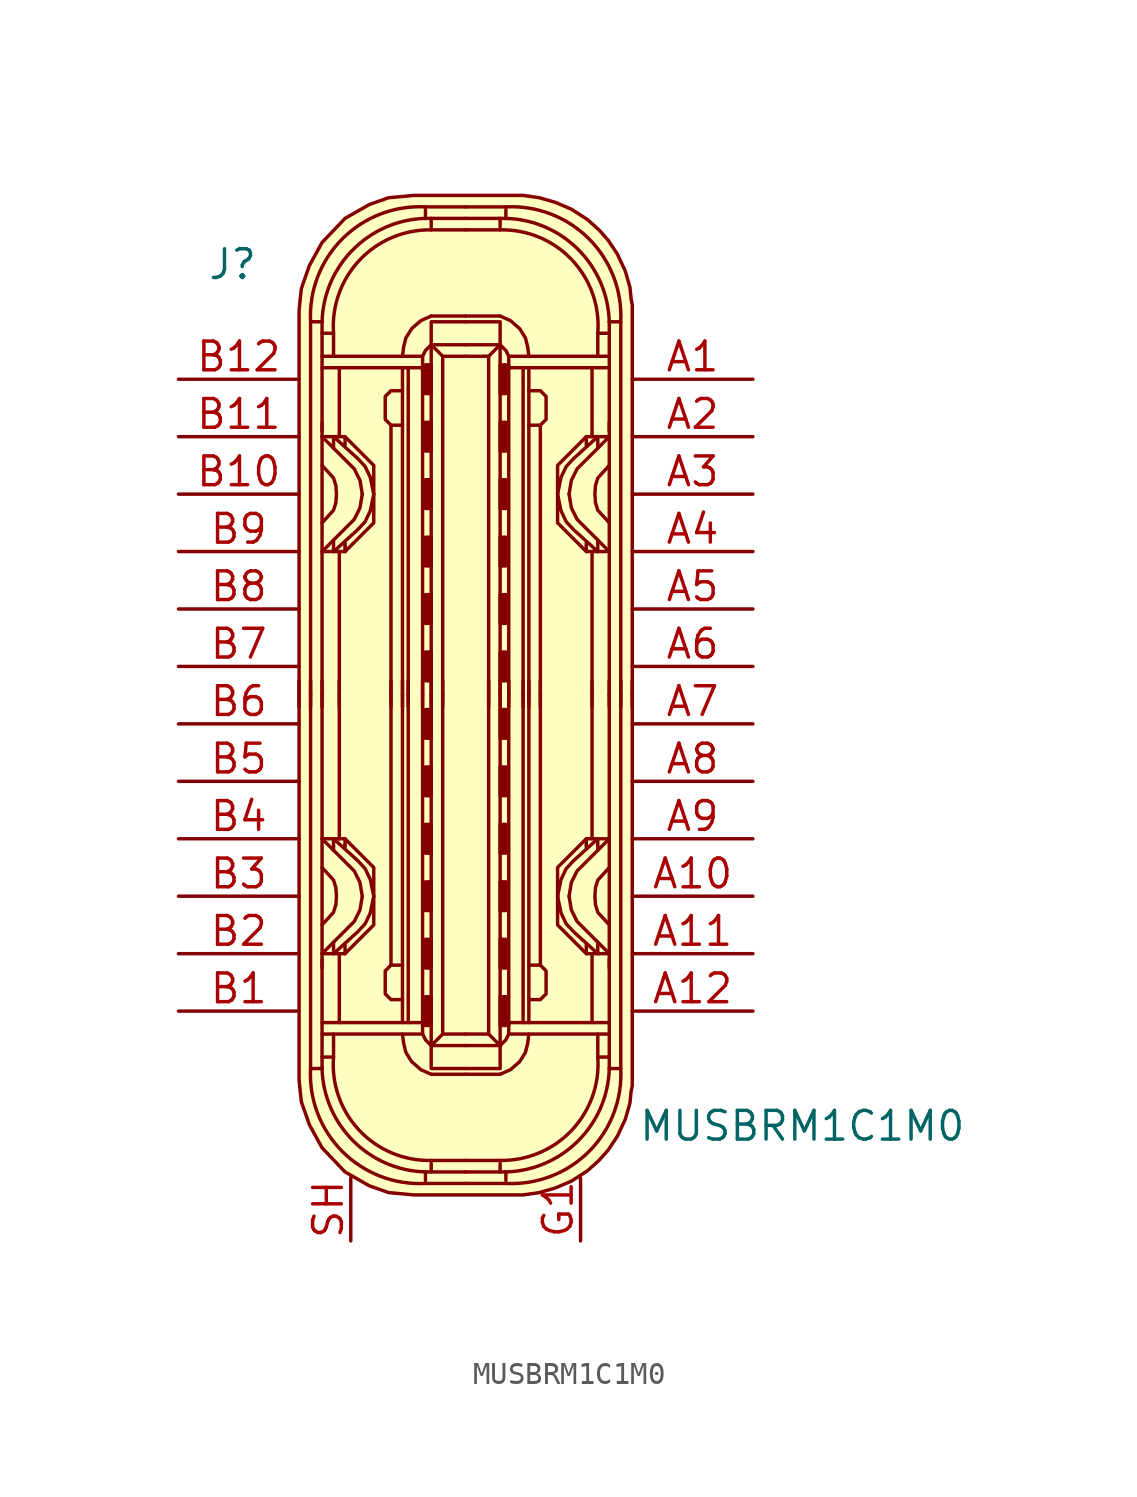
<source format=kicad_sym>
(kicad_symbol_lib
  (version 20211014)
  (generator kicad_symbol_editor)
  (symbol "MUSBRM1C1M0"
    (pin_names
      (offset 1.016))
    (property "Reference" "J"
      (at -11.43 19.05 0)
      (effects (font (size 1.27 1.27)) (justify left)))
    (property "Value" "MUSBRM1C1M0"
      (at 7.62 -19.05 0)
      (effects (font (size 1.27 1.27)) (justify left)))
    (symbol "MUSBRM1C1M0_1_1"
      (arc (start -6.858 -16.51) (mid -5.4492 -20.1812) (end -1.778 -21.59) (stroke (width 0) (type default) (color 0 0 0 0)) (fill (type none)))
      (arc (start -6.35 -16.51) (mid -4.9749 -19.7069) (end -1.778 -21.082) (stroke (width 0) (type default) (color 0 0 0 0)) (fill (type none)))
      (arc (start -5.842 -16.002) (mid -4.6972 -19.2495) (end -1.524 -20.574) (stroke (width 0) (type default) (color 0 0 0 0)) (fill (type none)))
      (rectangle (start -1.778 -14.605) (end -1.524 -13.335) (stroke (width 0) (type default) (color 0 0 0 0)) (fill (type outline)))
      (rectangle (start -1.778 -12.065) (end -1.524 -10.795) (stroke (width 0) (type default) (color 0 0 0 0)) (fill (type outline)))
      (rectangle (start -1.778 -9.525) (end -1.524 -8.255) (stroke (width 0) (type default) (color 0 0 0 0)) (fill (type outline)))
      (rectangle (start -1.778 -6.985) (end -1.524 -5.715) (stroke (width 0) (type default) (color 0 0 0 0)) (fill (type outline)))
      (rectangle (start -1.778 -4.445) (end -1.524 -3.175) (stroke (width 0) (type default) (color 0 0 0 0)) (fill (type outline)))
      (rectangle (start -1.778 -1.905) (end -1.524 -0.635) (stroke (width 0) (type default) (color 0 0 0 0)) (fill (type outline)))
      (rectangle (start -1.778 1.905) (end -1.524 0.635) (stroke (width 0) (type default) (color 0 0 0 0)) (fill (type outline)))
      (rectangle (start -1.778 4.445) (end -1.524 3.175) (stroke (width 0) (type default) (color 0 0 0 0)) (fill (type outline)))
      (rectangle (start -1.778 6.985) (end -1.524 5.715) (stroke (width 0) (type default) (color 0 0 0 0)) (fill (type outline)))
      (rectangle (start -1.778 9.525) (end -1.524 8.255) (stroke (width 0) (type default) (color 0 0 0 0)) (fill (type outline)))
      (rectangle (start -1.778 12.065) (end -1.524 10.795) (stroke (width 0) (type default) (color 0 0 0 0)) (fill (type outline)))
      (rectangle (start -1.778 14.605) (end -1.524 13.335) (stroke (width 0) (type default) (color 0 0 0 0)) (fill (type outline)))
      (arc (start -1.778 21.082) (mid -4.9749 19.7069) (end -6.35 16.51) (stroke (width 0) (type default) (color 0 0 0 0)) (fill (type none)))
      (arc (start -1.778 21.59) (mid -5.4492 20.1812) (end -6.858 16.51) (stroke (width 0) (type default) (color 0 0 0 0)) (fill (type none)))
      (arc (start -1.524 20.574) (mid -4.6883 19.2412) (end -5.842 16.002) (stroke (width 0) (type default) (color 0 0 0 0)) (fill (type none)))
      (polyline (pts (xy -7.366 -0.508) (xy -7.366 0.635)) (stroke (width 0) (type default) (color 0 0 0 0)) (fill (type none)))
      (polyline (pts (xy -6.858 -0.508) (xy -6.858 0.635)) (stroke (width 0) (type default) (color 0 0 0 0)) (fill (type none)))
      (polyline (pts (xy -6.35 -14.986) (xy -1.905 -14.986)) (stroke (width 0) (type default) (color 0 0 0 0)) (fill (type none)))
      (polyline (pts (xy -6.35 -12.065) (xy -6.35 0)) (stroke (width 0) (type default) (color 0 0 0 0)) (fill (type none)))
      (polyline (pts (xy -6.35 -0.508) (xy -6.35 0.635)) (stroke (width 0) (type default) (color 0 0 0 0)) (fill (type none)))
      (polyline (pts (xy -6.35 12.065) (xy -6.35 0)) (stroke (width 0) (type default) (color 0 0 0 0)) (fill (type none)))
      (polyline (pts (xy -6.35 14.986) (xy -1.905 14.986)) (stroke (width 0) (type default) (color 0 0 0 0)) (fill (type none)))
      (polyline (pts (xy -5.842 -11.43) (xy -5.842 -10.922)) (stroke (width 0) (type default) (color 0 0 0 0)) (fill (type none)))
      (polyline (pts (xy -5.842 -6.35) (xy -5.842 -6.858)) (stroke (width 0) (type default) (color 0 0 0 0)) (fill (type none)))
      (polyline (pts (xy -5.842 6.35) (xy -5.842 6.858)) (stroke (width 0) (type default) (color 0 0 0 0)) (fill (type none)))
      (polyline (pts (xy -5.842 11.43) (xy -5.842 10.922)) (stroke (width 0) (type default) (color 0 0 0 0)) (fill (type none)))
      (polyline (pts (xy -5.588 -14.478) (xy -5.588 -11.43)) (stroke (width 0) (type default) (color 0 0 0 0)) (fill (type none)))
      (polyline (pts (xy -5.588 -6.35) (xy -5.588 0)) (stroke (width 0) (type default) (color 0 0 0 0)) (fill (type none)))
      (polyline (pts (xy -5.588 -0.508) (xy -5.588 0.635)) (stroke (width 0) (type default) (color 0 0 0 0)) (fill (type none)))
      (polyline (pts (xy -5.588 6.35) (xy -5.588 0)) (stroke (width 0) (type default) (color 0 0 0 0)) (fill (type none)))
      (polyline (pts (xy -5.588 14.478) (xy -5.588 11.43)) (stroke (width 0) (type default) (color 0 0 0 0)) (fill (type none)))
      (polyline (pts (xy -5.334 -11.43) (xy -5.334 -11.049)) (stroke (width 0) (type default) (color 0 0 0 0)) (fill (type none)))
      (polyline (pts (xy -5.334 -6.604) (xy -5.334 -6.731)) (stroke (width 0) (type default) (color 0 0 0 0)) (fill (type none)))
      (polyline (pts (xy -5.334 -6.35) (xy -5.334 -6.604)) (stroke (width 0) (type default) (color 0 0 0 0)) (fill (type none)))
      (polyline (pts (xy -5.334 6.35) (xy -5.334 6.604)) (stroke (width 0) (type default) (color 0 0 0 0)) (fill (type none)))
      (polyline (pts (xy -5.334 6.604) (xy -5.334 6.731)) (stroke (width 0) (type default) (color 0 0 0 0)) (fill (type none)))
      (polyline (pts (xy -5.334 11.43) (xy -5.334 11.049)) (stroke (width 0) (type default) (color 0 0 0 0)) (fill (type none)))
      (polyline (pts (xy -3.302 -0.508) (xy -3.302 0.635)) (stroke (width 0) (type default) (color 0 0 0 0)) (fill (type none)))
      (polyline (pts (xy -3.302 0) (xy -3.302 -11.938)) (stroke (width 0) (type default) (color 0 0 0 0)) (fill (type none)))
      (polyline (pts (xy -3.302 0) (xy -3.302 11.938)) (stroke (width 0) (type default) (color 0 0 0 0)) (fill (type none)))
      (polyline (pts (xy -2.794 -0.508) (xy -2.794 0.635)) (stroke (width 0) (type default) (color 0 0 0 0)) (fill (type none)))
      (polyline (pts (xy -2.794 0) (xy -2.794 -14.478)) (stroke (width 0) (type default) (color 0 0 0 0)) (fill (type none)))
      (polyline (pts (xy -2.794 0) (xy -2.794 14.478)) (stroke (width 0) (type default) (color 0 0 0 0)) (fill (type none)))
      (polyline (pts (xy -2.54 -14.478) (xy -2.54 0)) (stroke (width 0) (type default) (color 0 0 0 0)) (fill (type none)))
      (polyline (pts (xy -2.54 -0.508) (xy -2.54 0.635)) (stroke (width 0) (type default) (color 0 0 0 0)) (fill (type none)))
      (polyline (pts (xy -2.54 14.478) (xy -2.54 0)) (stroke (width 0) (type default) (color 0 0 0 0)) (fill (type none)))
      (polyline (pts (xy -1.905 -14.478) (xy -6.35 -14.478)) (stroke (width 0) (type default) (color 0 0 0 0)) (fill (type none)))
      (polyline (pts (xy -1.905 -0.508) (xy -1.905 0.635)) (stroke (width 0) (type default) (color 0 0 0 0)) (fill (type none)))
      (polyline (pts (xy -1.905 0) (xy -1.905 -14.605)) (stroke (width 0) (type default) (color 0 0 0 0)) (fill (type none)))
      (polyline (pts (xy -1.905 0) (xy -1.905 14.605)) (stroke (width 0) (type default) (color 0 0 0 0)) (fill (type none)))
      (polyline (pts (xy -1.905 14.478) (xy -6.35 14.478)) (stroke (width 0) (type default) (color 0 0 0 0)) (fill (type none)))
      (polyline (pts (xy -1.778 -21.59) (xy 0 -21.59)) (stroke (width 0) (type default) (color 0 0 0 0)) (fill (type background)))
      (polyline (pts (xy -1.778 -21.082) (xy -1.778 -21.463)) (stroke (width 0) (type default) (color 0 0 0 0)) (fill (type none)))
      (polyline (pts (xy -1.778 -21.082) (xy 0 -21.082)) (stroke (width 0) (type default) (color 0 0 0 0)) (fill (type none)))
      (polyline (pts (xy -1.778 21.082) (xy -1.778 21.463)) (stroke (width 0) (type default) (color 0 0 0 0)) (fill (type none)))
      (polyline (pts (xy -1.778 21.082) (xy 0 21.082)) (stroke (width 0) (type default) (color 0 0 0 0)) (fill (type none)))
      (polyline (pts (xy -1.778 21.59) (xy 0 21.59)) (stroke (width 0) (type default) (color 0 0 0 0)) (fill (type background)))
      (polyline (pts (xy -1.524 -20.701) (xy -1.524 -21.082)) (stroke (width 0) (type default) (color 0 0 0 0)) (fill (type none)))
      (polyline (pts (xy -1.524 -20.574) (xy 0 -20.574)) (stroke (width 0) (type default) (color 0 0 0 0)) (fill (type none)))
      (polyline (pts (xy -1.524 -0.508) (xy -1.524 0.635)) (stroke (width 0) (type default) (color 0 0 0 0)) (fill (type none)))
      (polyline (pts (xy -1.524 20.574) (xy 0 20.574)) (stroke (width 0) (type default) (color 0 0 0 0)) (fill (type none)))
      (polyline (pts (xy -1.524 20.701) (xy -1.524 21.082)) (stroke (width 0) (type default) (color 0 0 0 0)) (fill (type none)))
      (polyline (pts (xy -1.016 -14.986) (xy -1.524 -15.494)) (stroke (width 0) (type default) (color 0 0 0 0)) (fill (type none)))
      (polyline (pts (xy -1.016 -0.508) (xy -1.016 0.635)) (stroke (width 0) (type default) (color 0 0 0 0)) (fill (type none)))
      (polyline (pts (xy -1.016 14.986) (xy -1.524 15.494)) (stroke (width 0) (type default) (color 0 0 0 0)) (fill (type none)))
      (polyline (pts (xy 0 -16.764) (xy -1.524 -16.764)) (stroke (width 0) (type default) (color 0 0 0 0)) (fill (type none)))
      (polyline (pts (xy 0 -16.764) (xy 1.524 -16.764)) (stroke (width 0) (type default) (color 0 0 0 0)) (fill (type none)))
      (polyline (pts (xy 0 16.764) (xy -1.524 16.764)) (stroke (width 0) (type default) (color 0 0 0 0)) (fill (type none)))
      (polyline (pts (xy 0 16.764) (xy 1.524 16.764)) (stroke (width 0) (type default) (color 0 0 0 0)) (fill (type none)))
      (polyline (pts (xy 1.016 -14.986) (xy 1.524 -15.494)) (stroke (width 0) (type default) (color 0 0 0 0)) (fill (type none)))
      (polyline (pts (xy 1.016 -0.508) (xy 1.016 0.635)) (stroke (width 0) (type default) (color 0 0 0 0)) (fill (type none)))
      (polyline (pts (xy 1.016 14.986) (xy 1.524 15.494)) (stroke (width 0) (type default) (color 0 0 0 0)) (fill (type none)))
      (polyline (pts (xy 1.524 -20.701) (xy 1.524 -21.082)) (stroke (width 0) (type default) (color 0 0 0 0)) (fill (type none)))
      (polyline (pts (xy 1.524 -20.574) (xy 0 -20.574)) (stroke (width 0) (type default) (color 0 0 0 0)) (fill (type none)))
      (polyline (pts (xy 1.524 -0.508) (xy 1.524 0.635)) (stroke (width 0) (type default) (color 0 0 0 0)) (fill (type none)))
      (polyline (pts (xy 1.524 20.574) (xy 0 20.574)) (stroke (width 0) (type default) (color 0 0 0 0)) (fill (type none)))
      (polyline (pts (xy 1.524 20.701) (xy 1.524 21.082)) (stroke (width 0) (type default) (color 0 0 0 0)) (fill (type none)))
      (polyline (pts (xy 1.778 -21.59) (xy 0 -21.59)) (stroke (width 0) (type default) (color 0 0 0 0)) (fill (type background)))
      (polyline (pts (xy 1.778 -21.082) (xy 0 -21.082)) (stroke (width 0) (type default) (color 0 0 0 0)) (fill (type none)))
      (polyline (pts (xy 1.778 -21.082) (xy 1.778 -21.463)) (stroke (width 0) (type default) (color 0 0 0 0)) (fill (type none)))
      (polyline (pts (xy 1.778 21.082) (xy 0 21.082)) (stroke (width 0) (type default) (color 0 0 0 0)) (fill (type none)))
      (polyline (pts (xy 1.778 21.082) (xy 1.778 21.463)) (stroke (width 0) (type default) (color 0 0 0 0)) (fill (type none)))
      (polyline (pts (xy 1.778 21.59) (xy 0 21.59)) (stroke (width 0) (type default) (color 0 0 0 0)) (fill (type background)))
      (polyline (pts (xy 1.905 -14.478) (xy 6.35 -14.478)) (stroke (width 0) (type default) (color 0 0 0 0)) (fill (type none)))
      (polyline (pts (xy 1.905 -0.508) (xy 1.905 0.635)) (stroke (width 0) (type default) (color 0 0 0 0)) (fill (type none)))
      (polyline (pts (xy 1.905 0) (xy 1.905 -14.605)) (stroke (width 0) (type default) (color 0 0 0 0)) (fill (type none)))
      (polyline (pts (xy 1.905 0) (xy 1.905 14.605)) (stroke (width 0) (type default) (color 0 0 0 0)) (fill (type none)))
      (polyline (pts (xy 1.905 14.478) (xy 6.35 14.478)) (stroke (width 0) (type default) (color 0 0 0 0)) (fill (type none)))
      (polyline (pts (xy 2.54 -14.478) (xy 2.54 0)) (stroke (width 0) (type default) (color 0 0 0 0)) (fill (type none)))
      (polyline (pts (xy 2.54 -0.508) (xy 2.54 0.635)) (stroke (width 0) (type default) (color 0 0 0 0)) (fill (type none)))
      (polyline (pts (xy 2.54 14.478) (xy 2.54 0)) (stroke (width 0) (type default) (color 0 0 0 0)) (fill (type none)))
      (polyline (pts (xy 2.794 -0.508) (xy 2.794 0.635)) (stroke (width 0) (type default) (color 0 0 0 0)) (fill (type none)))
      (polyline (pts (xy 2.794 0) (xy 2.794 -14.478)) (stroke (width 0) (type default) (color 0 0 0 0)) (fill (type none)))
      (polyline (pts (xy 2.794 0) (xy 2.794 14.478)) (stroke (width 0) (type default) (color 0 0 0 0)) (fill (type none)))
      (polyline (pts (xy 3.302 -0.508) (xy 3.302 0.635)) (stroke (width 0) (type default) (color 0 0 0 0)) (fill (type none)))
      (polyline (pts (xy 3.302 0) (xy 3.302 -11.938)) (stroke (width 0) (type default) (color 0 0 0 0)) (fill (type none)))
      (polyline (pts (xy 3.302 0) (xy 3.302 11.938)) (stroke (width 0) (type default) (color 0 0 0 0)) (fill (type none)))
      (polyline (pts (xy 5.334 -11.43) (xy 5.334 -11.049)) (stroke (width 0) (type default) (color 0 0 0 0)) (fill (type none)))
      (polyline (pts (xy 5.334 -6.604) (xy 5.334 -6.731)) (stroke (width 0) (type default) (color 0 0 0 0)) (fill (type none)))
      (polyline (pts (xy 5.334 -6.35) (xy 5.334 -6.604)) (stroke (width 0) (type default) (color 0 0 0 0)) (fill (type none)))
      (polyline (pts (xy 5.334 6.35) (xy 5.334 6.604)) (stroke (width 0) (type default) (color 0 0 0 0)) (fill (type none)))
      (polyline (pts (xy 5.334 6.604) (xy 5.334 6.731)) (stroke (width 0) (type default) (color 0 0 0 0)) (fill (type none)))
      (polyline (pts (xy 5.334 11.43) (xy 5.334 11.049)) (stroke (width 0) (type default) (color 0 0 0 0)) (fill (type none)))
      (polyline (pts (xy 5.588 -14.478) (xy 5.588 -11.43)) (stroke (width 0) (type default) (color 0 0 0 0)) (fill (type none)))
      (polyline (pts (xy 5.588 -6.35) (xy 5.588 0)) (stroke (width 0) (type default) (color 0 0 0 0)) (fill (type none)))
      (polyline (pts (xy 5.588 -0.508) (xy 5.588 0.635)) (stroke (width 0) (type default) (color 0 0 0 0)) (fill (type none)))
      (polyline (pts (xy 5.588 6.35) (xy 5.588 0)) (stroke (width 0) (type default) (color 0 0 0 0)) (fill (type none)))
      (polyline (pts (xy 5.588 14.478) (xy 5.588 11.43)) (stroke (width 0) (type default) (color 0 0 0 0)) (fill (type none)))
      (polyline (pts (xy 5.842 -11.43) (xy 5.842 -10.922)) (stroke (width 0) (type default) (color 0 0 0 0)) (fill (type none)))
      (polyline (pts (xy 5.842 -6.35) (xy 5.842 -6.858)) (stroke (width 0) (type default) (color 0 0 0 0)) (fill (type none)))
      (polyline (pts (xy 5.842 6.35) (xy 5.842 6.858)) (stroke (width 0) (type default) (color 0 0 0 0)) (fill (type none)))
      (polyline (pts (xy 5.842 11.43) (xy 5.842 10.922)) (stroke (width 0) (type default) (color 0 0 0 0)) (fill (type none)))
      (polyline (pts (xy 6.35 -14.986) (xy 1.905 -14.986)) (stroke (width 0) (type default) (color 0 0 0 0)) (fill (type none)))
      (polyline (pts (xy 6.35 -12.065) (xy 6.35 0)) (stroke (width 0) (type default) (color 0 0 0 0)) (fill (type none)))
      (polyline (pts (xy 6.35 -0.508) (xy 6.35 0.635)) (stroke (width 0) (type default) (color 0 0 0 0)) (fill (type none)))
      (polyline (pts (xy 6.35 12.065) (xy 6.35 0)) (stroke (width 0) (type default) (color 0 0 0 0)) (fill (type none)))
      (polyline (pts (xy 6.35 14.986) (xy 1.905 14.986)) (stroke (width 0) (type default) (color 0 0 0 0)) (fill (type none)))
      (polyline (pts (xy 6.858 -0.508) (xy 6.858 0.635)) (stroke (width 0) (type default) (color 0 0 0 0)) (fill (type none)))
      (polyline (pts (xy 7.366 -0.508) (xy 7.366 0.635)) (stroke (width 0) (type default) (color 0 0 0 0)) (fill (type none)))
      (polyline (pts (xy -6.35 -16.51) (xy -6.858 -16.51) (xy -6.858 0)) (stroke (width 0) (type default) (color 0 0 0 0)) (fill (type none)))
      (polyline (pts (xy -6.35 -11.684) (xy -6.35 -15.875) (xy -6.35 -16.51)) (stroke (width 0) (type default) (color 0 0 0 0)) (fill (type none)))
      (polyline (pts (xy -6.35 11.684) (xy -6.35 15.875) (xy -6.35 16.51)) (stroke (width 0) (type default) (color 0 0 0 0)) (fill (type none)))
      (polyline (pts (xy -6.35 16.51) (xy -6.858 16.51) (xy -6.858 0)) (stroke (width 0) (type default) (color 0 0 0 0)) (fill (type none)))
      (polyline (pts (xy -5.842 -14.986) (xy -5.842 -16.002) (xy -6.35 -16.002)) (stroke (width 0) (type default) (color 0 0 0 0)) (fill (type none)))
      (polyline (pts (xy -5.842 14.986) (xy -5.842 16.002) (xy -6.35 16.002)) (stroke (width 0) (type default) (color 0 0 0 0)) (fill (type none)))
      (polyline (pts (xy -1.524 0) (xy -1.524 -15.494) (xy 0 -15.494)) (stroke (width 0) (type default) (color 0 0 0 0)) (fill (type none)))
      (polyline (pts (xy -1.524 0) (xy -1.524 15.494) (xy 0 15.494)) (stroke (width 0) (type default) (color 0 0 0 0)) (fill (type none)))
      (polyline (pts (xy -1.016 0) (xy -1.016 -14.986) (xy 0 -14.986)) (stroke (width 0) (type default) (color 0 0 0 0)) (fill (type none)))
      (polyline (pts (xy -1.016 0) (xy -1.016 14.986) (xy 0 14.986)) (stroke (width 0) (type default) (color 0 0 0 0)) (fill (type none)))
      (polyline (pts (xy 1.016 0) (xy 1.016 -14.986) (xy 0 -14.986)) (stroke (width 0) (type default) (color 0 0 0 0)) (fill (type none)))
      (polyline (pts (xy 1.016 0) (xy 1.016 14.986) (xy 0 14.986)) (stroke (width 0) (type default) (color 0 0 0 0)) (fill (type none)))
      (polyline (pts (xy 1.524 0) (xy 1.524 -15.494) (xy 0 -15.494)) (stroke (width 0) (type default) (color 0 0 0 0)) (fill (type none)))
      (polyline (pts (xy 1.524 0) (xy 1.524 15.494) (xy 0 15.494)) (stroke (width 0) (type default) (color 0 0 0 0)) (fill (type none)))
      (polyline (pts (xy 5.842 -14.986) (xy 5.842 -16.002) (xy 6.35 -16.002)) (stroke (width 0) (type default) (color 0 0 0 0)) (fill (type none)))
      (polyline (pts (xy 5.842 14.986) (xy 5.842 16.002) (xy 6.35 16.002)) (stroke (width 0) (type default) (color 0 0 0 0)) (fill (type none)))
      (polyline (pts (xy 6.35 -16.51) (xy 6.858 -16.51) (xy 6.858 0)) (stroke (width 0) (type default) (color 0 0 0 0)) (fill (type none)))
      (polyline (pts (xy 6.35 -11.684) (xy 6.35 -15.875) (xy 6.35 -16.51)) (stroke (width 0) (type default) (color 0 0 0 0)) (fill (type none)))
      (polyline (pts (xy 6.35 11.684) (xy 6.35 15.875) (xy 6.35 16.51)) (stroke (width 0) (type default) (color 0 0 0 0)) (fill (type none)))
      (polyline (pts (xy 6.35 16.51) (xy 6.858 16.51) (xy 6.858 0)) (stroke (width 0) (type default) (color 0 0 0 0)) (fill (type none)))
      (polyline (pts (xy -6.35 -11.43) (xy -4.928 -10.008) (xy -4.674 -9.5) (xy -4.572 -8.89)) (stroke (width 0) (type default) (color 0 0 0 0)) (fill (type none)))
      (polyline (pts (xy -6.35 -10.16) (xy -5.842 -9.601) (xy -5.74 -9.271) (xy -5.715 -8.915)) (stroke (width 0) (type default) (color 0 0 0 0)) (fill (type none)))
      (polyline (pts (xy -6.35 -7.62) (xy -5.842 -8.179) (xy -5.74 -8.509) (xy -5.715 -8.865)) (stroke (width 0) (type default) (color 0 0 0 0)) (fill (type none)))
      (polyline (pts (xy -6.35 -6.35) (xy -4.928 -7.772) (xy -4.674 -8.28) (xy -4.572 -8.89)) (stroke (width 0) (type default) (color 0 0 0 0)) (fill (type none)))
      (polyline (pts (xy -6.35 6.35) (xy -4.928 7.772) (xy -4.674 8.28) (xy -4.572 8.89)) (stroke (width 0) (type default) (color 0 0 0 0)) (fill (type none)))
      (polyline (pts (xy -6.35 7.62) (xy -5.842 8.179) (xy -5.74 8.509) (xy -5.715 8.865)) (stroke (width 0) (type default) (color 0 0 0 0)) (fill (type none)))
      (polyline (pts (xy -6.35 10.16) (xy -5.842 9.601) (xy -5.74 9.271) (xy -5.715 8.915)) (stroke (width 0) (type default) (color 0 0 0 0)) (fill (type none)))
      (polyline (pts (xy -6.35 11.43) (xy -4.928 10.008) (xy -4.674 9.5) (xy -4.572 8.89)) (stroke (width 0) (type default) (color 0 0 0 0)) (fill (type none)))
      (polyline (pts (xy -1.905 -14.605) (xy -1.905 -14.986) (xy -1.778 -15.24) (xy -1.524 -15.494)) (stroke (width 0) (type default) (color 0 0 0 0)) (fill (type none)))
      (polyline (pts (xy -1.905 14.605) (xy -1.905 14.986) (xy -1.778 15.24) (xy -1.524 15.494)) (stroke (width 0) (type default) (color 0 0 0 0)) (fill (type none)))
      (polyline (pts (xy 0 -16.51) (xy -1.397 -16.51) (xy -1.524 -16.51) (xy -1.524 -15.494)) (stroke (width 0) (type default) (color 0 0 0 0)) (fill (type none)))
      (polyline (pts (xy 0 -16.51) (xy 1.397 -16.51) (xy 1.524 -16.51) (xy 1.524 -15.494)) (stroke (width 0) (type default) (color 0 0 0 0)) (fill (type none)))
      (polyline (pts (xy 0 16.51) (xy -1.397 16.51) (xy -1.524 16.51) (xy -1.524 15.494)) (stroke (width 0) (type default) (color 0 0 0 0)) (fill (type none)))
      (polyline (pts (xy 0 16.51) (xy 1.397 16.51) (xy 1.524 16.51) (xy 1.524 15.494)) (stroke (width 0) (type default) (color 0 0 0 0)) (fill (type none)))
      (polyline (pts (xy 1.905 -14.605) (xy 1.905 -14.986) (xy 1.778 -15.24) (xy 1.524 -15.494)) (stroke (width 0) (type default) (color 0 0 0 0)) (fill (type none)))
      (polyline (pts (xy 1.905 14.605) (xy 1.905 14.986) (xy 1.778 15.24) (xy 1.524 15.494)) (stroke (width 0) (type default) (color 0 0 0 0)) (fill (type none)))
      (polyline (pts (xy 6.35 -11.43) (xy 4.928 -10.008) (xy 4.674 -9.5) (xy 4.572 -8.89)) (stroke (width 0) (type default) (color 0 0 0 0)) (fill (type none)))
      (polyline (pts (xy 6.35 -10.16) (xy 5.842 -9.601) (xy 5.74 -9.271) (xy 5.715 -8.915)) (stroke (width 0) (type default) (color 0 0 0 0)) (fill (type none)))
      (polyline (pts (xy 6.35 -7.62) (xy 5.842 -8.179) (xy 5.74 -8.509) (xy 5.715 -8.865)) (stroke (width 0) (type default) (color 0 0 0 0)) (fill (type none)))
      (polyline (pts (xy 6.35 -6.35) (xy 4.928 -7.772) (xy 4.674 -8.28) (xy 4.572 -8.89)) (stroke (width 0) (type default) (color 0 0 0 0)) (fill (type none)))
      (polyline (pts (xy 6.35 6.35) (xy 4.928 7.772) (xy 4.674 8.28) (xy 4.572 8.89)) (stroke (width 0) (type default) (color 0 0 0 0)) (fill (type none)))
      (polyline (pts (xy 6.35 7.62) (xy 5.842 8.179) (xy 5.74 8.509) (xy 5.715 8.865)) (stroke (width 0) (type default) (color 0 0 0 0)) (fill (type none)))
      (polyline (pts (xy 6.35 10.16) (xy 5.842 9.601) (xy 5.74 9.271) (xy 5.715 8.915)) (stroke (width 0) (type default) (color 0 0 0 0)) (fill (type none)))
      (polyline (pts (xy 6.35 11.43) (xy 4.928 10.008) (xy 4.674 9.5) (xy 4.572 8.89)) (stroke (width 0) (type default) (color 0 0 0 0)) (fill (type none)))
      (polyline (pts (xy -5.842 -11.43) (xy -4.775 -10.465) (xy -4.445 -10.109) (xy -4.216 -9.627) (xy -4.064 -8.89)) (stroke (width 0) (type default) (color 0 0 0 0)) (fill (type none)))
      (polyline (pts (xy -5.842 -6.35) (xy -4.775 -7.315) (xy -4.445 -7.671) (xy -4.216 -8.153) (xy -4.064 -8.89)) (stroke (width 0) (type default) (color 0 0 0 0)) (fill (type none)))
      (polyline (pts (xy -5.842 6.35) (xy -4.775 7.315) (xy -4.445 7.671) (xy -4.216 8.153) (xy -4.064 8.89)) (stroke (width 0) (type default) (color 0 0 0 0)) (fill (type none)))
      (polyline (pts (xy -5.842 11.43) (xy -4.775 10.465) (xy -4.445 10.109) (xy -4.216 9.627) (xy -4.064 8.89)) (stroke (width 0) (type default) (color 0 0 0 0)) (fill (type none)))
      (polyline (pts (xy 5.842 -11.43) (xy 4.775 -10.465) (xy 4.445 -10.109) (xy 4.216 -9.627) (xy 4.064 -8.89)) (stroke (width 0) (type default) (color 0 0 0 0)) (fill (type none)))
      (polyline (pts (xy 5.842 -6.35) (xy 4.775 -7.315) (xy 4.445 -7.671) (xy 4.216 -8.153) (xy 4.064 -8.89)) (stroke (width 0) (type default) (color 0 0 0 0)) (fill (type none)))
      (polyline (pts (xy 5.842 6.35) (xy 4.775 7.315) (xy 4.445 7.671) (xy 4.216 8.153) (xy 4.064 8.89)) (stroke (width 0) (type default) (color 0 0 0 0)) (fill (type none)))
      (polyline (pts (xy 5.842 11.43) (xy 4.775 10.465) (xy 4.445 10.109) (xy 4.216 9.627) (xy 4.064 8.89)) (stroke (width 0) (type default) (color 0 0 0 0)) (fill (type none)))
      (polyline (pts (xy -6.35 -11.43) (xy -5.334 -11.43) (xy -4.064 -10.16) (xy -4.064 -7.62) (xy -5.334 -6.35) (xy -6.35 -6.35)) (stroke (width 0) (type default) (color 0 0 0 0)) (fill (type none)))
      (polyline (pts (xy -6.35 11.43) (xy -5.334 11.43) (xy -4.064 10.16) (xy -4.064 7.62) (xy -5.334 6.35) (xy -6.35 6.35)) (stroke (width 0) (type default) (color 0 0 0 0)) (fill (type none)))
      (polyline (pts (xy -2.794 -14.986) (xy -2.743 -15.392) (xy -2.642 -15.799) (xy -2.388 -16.205) (xy -1.981 -16.561) (xy -1.524 -16.764)) (stroke (width 0) (type default) (color 0 0 0 0)) (fill (type none)))
      (polyline (pts (xy -2.794 -13.462) (xy -3.302 -13.462) (xy -3.556 -13.208) (xy -3.556 -12.192) (xy -3.302 -11.938) (xy -2.794 -11.938)) (stroke (width 0) (type default) (color 0 0 0 0)) (fill (type none)))
      (polyline (pts (xy -2.794 13.462) (xy -3.302 13.462) (xy -3.556 13.208) (xy -3.556 12.192) (xy -3.302 11.938) (xy -2.794 11.938)) (stroke (width 0) (type default) (color 0 0 0 0)) (fill (type none)))
      (polyline (pts (xy -2.794 14.986) (xy -2.743 15.392) (xy -2.642 15.799) (xy -2.388 16.205) (xy -1.981 16.561) (xy -1.524 16.764)) (stroke (width 0) (type default) (color 0 0 0 0)) (fill (type none)))
      (polyline (pts (xy 2.794 -14.986) (xy 2.743 -15.392) (xy 2.642 -15.799) (xy 2.388 -16.205) (xy 1.981 -16.561) (xy 1.524 -16.764)) (stroke (width 0) (type default) (color 0 0 0 0)) (fill (type none)))
      (polyline (pts (xy 2.794 -13.462) (xy 3.302 -13.462) (xy 3.556 -13.208) (xy 3.556 -12.192) (xy 3.302 -11.938) (xy 2.794 -11.938)) (stroke (width 0) (type default) (color 0 0 0 0)) (fill (type none)))
      (polyline (pts (xy 2.794 13.462) (xy 3.302 13.462) (xy 3.556 13.208) (xy 3.556 12.192) (xy 3.302 11.938) (xy 2.794 11.938)) (stroke (width 0) (type default) (color 0 0 0 0)) (fill (type none)))
      (polyline (pts (xy 2.794 14.986) (xy 2.743 15.392) (xy 2.642 15.799) (xy 2.388 16.205) (xy 1.981 16.561) (xy 1.524 16.764)) (stroke (width 0) (type default) (color 0 0 0 0)) (fill (type none)))
      (polyline (pts (xy 6.35 -11.43) (xy 5.334 -11.43) (xy 4.064 -10.16) (xy 4.064 -7.62) (xy 5.334 -6.35) (xy 6.35 -6.35)) (stroke (width 0) (type default) (color 0 0 0 0)) (fill (type none)))
      (polyline (pts (xy 6.35 11.43) (xy 5.334 11.43) (xy 4.064 10.16) (xy 4.064 7.62) (xy 5.334 6.35) (xy 6.35 6.35)) (stroke (width 0) (type default) (color 0 0 0 0)) (fill (type none)))
      (polyline (pts (xy 7.366 0) (xy 7.366 -17.018) (xy 7.366 -17.272) (xy 7.315 -17.526) (xy 7.264 -18.034) (xy 7.061 -18.745) (xy 6.706 -19.507) (xy 6.299 -20.117) (xy 5.893 -20.574) (xy 5.385 -21.031) (xy 4.674 -21.488) (xy 3.962 -21.793) (xy 3.251 -21.996) (xy 2.54 -22.098) (xy -2.286 -22.098) (xy -3.404 -21.996) (xy -4.267 -21.692) (xy -5.334 -21.082) (xy -6.35 -20.015) (xy -6.909 -18.999) (xy -7.264 -17.983) (xy -7.315 -17.526) (xy -7.366 -17.018) (xy -7.366 0)) (stroke (width 0) (type default) (color 0 0 0 0)) (fill (type background)))
      (polyline (pts (xy 7.366 0) (xy 7.366 17.018) (xy 7.366 17.272) (xy 7.315 17.526) (xy 7.264 18.034) (xy 7.061 18.745) (xy 6.706 19.507) (xy 6.299 20.117) (xy 5.893 20.574) (xy 5.385 21.031) (xy 4.674 21.488) (xy 3.962 21.793) (xy 3.251 21.996) (xy 2.54 22.098) (xy -2.286 22.098) (xy -3.404 21.996) (xy -4.267 21.692) (xy -5.334 21.082) (xy -6.35 20.015) (xy -6.909 18.999) (xy -7.264 17.983) (xy -7.315 17.526) (xy -7.366 17.018) (xy -7.366 0)) (stroke (width 0) (type default) (color 0 0 0 0)) (fill (type background)))
      (arc (start 1.524 -20.574) (mid 4.6883 -19.2412) (end 5.842 -16.002) (stroke (width 0) (type default) (color 0 0 0 0)) (fill (type none)))
      (arc (start 1.778 -21.59) (mid 5.4492 -20.1812) (end 6.858 -16.51) (stroke (width 0) (type default) (color 0 0 0 0)) (fill (type none)))
      (arc (start 1.778 -21.082) (mid 4.9749 -19.7069) (end 6.35 -16.51) (stroke (width 0) (type default) (color 0 0 0 0)) (fill (type none)))
      (rectangle (start 1.778 -14.605) (end 1.524 -13.335) (stroke (width 0) (type default) (color 0 0 0 0)) (fill (type outline)))
      (rectangle (start 1.778 -12.065) (end 1.524 -10.795) (stroke (width 0) (type default) (color 0 0 0 0)) (fill (type outline)))
      (rectangle (start 1.778 -9.525) (end 1.524 -8.255) (stroke (width 0) (type default) (color 0 0 0 0)) (fill (type outline)))
      (rectangle (start 1.778 -6.985) (end 1.524 -5.715) (stroke (width 0) (type default) (color 0 0 0 0)) (fill (type outline)))
      (rectangle (start 1.778 -4.445) (end 1.524 -3.175) (stroke (width 0) (type default) (color 0 0 0 0)) (fill (type outline)))
      (rectangle (start 1.778 -1.905) (end 1.524 -0.635) (stroke (width 0) (type default) (color 0 0 0 0)) (fill (type outline)))
      (rectangle (start 1.778 1.905) (end 1.524 0.635) (stroke (width 0) (type default) (color 0 0 0 0)) (fill (type outline)))
      (rectangle (start 1.778 4.445) (end 1.524 3.175) (stroke (width 0) (type default) (color 0 0 0 0)) (fill (type outline)))
      (rectangle (start 1.778 6.985) (end 1.524 5.715) (stroke (width 0) (type default) (color 0 0 0 0)) (fill (type outline)))
      (rectangle (start 1.778 9.525) (end 1.524 8.255) (stroke (width 0) (type default) (color 0 0 0 0)) (fill (type outline)))
      (rectangle (start 1.778 12.065) (end 1.524 10.795) (stroke (width 0) (type default) (color 0 0 0 0)) (fill (type outline)))
      (rectangle (start 1.778 14.605) (end 1.524 13.335) (stroke (width 0) (type default) (color 0 0 0 0)) (fill (type outline)))
      (arc (start 5.842 16.002) (mid 4.6972 19.2495) (end 1.524 20.574) (stroke (width 0) (type default) (color 0 0 0 0)) (fill (type none)))
      (arc (start 6.35 16.51) (mid 4.9749 19.7069) (end 1.778 21.082) (stroke (width 0) (type default) (color 0 0 0 0)) (fill (type none)))
      (arc (start 6.858 16.51) (mid 5.4492 20.1812) (end 1.778 21.59) (stroke (width 0) (type default) (color 0 0 0 0)) (fill (type none)))
      (pin passive line (at 12.7 13.97 180) (length 5.334) (name "~" (effects (font (size 1.27 1.27)))) (number "A1" (effects (font (size 1.27 1.27)))))
      (pin passive line (at 12.7 -8.89 180) (length 5.334) (name "~" (effects (font (size 1.27 1.27)))) (number "A10" (effects (font (size 1.27 1.27)))))
      (pin passive line (at 12.7 -11.43 180) (length 5.334) (name "~" (effects (font (size 1.27 1.27)))) (number "A11" (effects (font (size 1.27 1.27)))))
      (pin passive line (at 12.7 -13.97 180) (length 5.334) (name "~" (effects (font (size 1.27 1.27)))) (number "A12" (effects (font (size 1.27 1.27)))))
      (pin passive line (at 12.7 11.43 180) (length 5.334) (name "~" (effects (font (size 1.27 1.27)))) (number "A2" (effects (font (size 1.27 1.27)))))
      (pin passive line (at 12.7 8.89 180) (length 5.334) (name "~" (effects (font (size 1.27 1.27)))) (number "A3" (effects (font (size 1.27 1.27)))))
      (pin passive line (at 12.7 6.35 180) (length 5.334) (name "~" (effects (font (size 1.27 1.27)))) (number "A4" (effects (font (size 1.27 1.27)))))
      (pin passive line (at 12.7 3.81 180) (length 5.334) (name "~" (effects (font (size 1.27 1.27)))) (number "A5" (effects (font (size 1.27 1.27)))))
      (pin passive line (at 12.7 1.27 180) (length 5.334) (name "~" (effects (font (size 1.27 1.27)))) (number "A6" (effects (font (size 1.27 1.27)))))
      (pin passive line (at 12.7 -1.27 180) (length 5.334) (name "~" (effects (font (size 1.27 1.27)))) (number "A7" (effects (font (size 1.27 1.27)))))
      (pin passive line (at 12.7 -3.81 180) (length 5.334) (name "~" (effects (font (size 1.27 1.27)))) (number "A8" (effects (font (size 1.27 1.27)))))
      (pin passive line (at 12.7 -6.35 180) (length 5.334) (name "~" (effects (font (size 1.27 1.27)))) (number "A9" (effects (font (size 1.27 1.27)))))
      (pin passive line (at -12.7 -13.97 0) (length 5.334) (name "~" (effects (font (size 1.27 1.27)))) (number "B1" (effects (font (size 1.27 1.27)))))
      (pin passive line (at -12.7 8.89 0) (length 5.334) (name "~" (effects (font (size 1.27 1.27)))) (number "B10" (effects (font (size 1.27 1.27)))))
      (pin passive line (at -12.7 11.43 0) (length 5.334) (name "~" (effects (font (size 1.27 1.27)))) (number "B11" (effects (font (size 1.27 1.27)))))
      (pin passive line (at -12.7 13.97 0) (length 5.334) (name "~" (effects (font (size 1.27 1.27)))) (number "B12" (effects (font (size 1.27 1.27)))))
      (pin passive line (at -12.7 -11.43 0) (length 5.334) (name "~" (effects (font (size 1.27 1.27)))) (number "B2" (effects (font (size 1.27 1.27)))))
      (pin passive line (at -12.7 -8.89 0) (length 5.334) (name "~" (effects (font (size 1.27 1.27)))) (number "B3" (effects (font (size 1.27 1.27)))))
      (pin passive line (at -12.7 -6.35 0) (length 5.334) (name "~" (effects (font (size 1.27 1.27)))) (number "B4" (effects (font (size 1.27 1.27)))))
      (pin passive line (at -12.7 -3.81 0) (length 5.334) (name "~" (effects (font (size 1.27 1.27)))) (number "B5" (effects (font (size 1.27 1.27)))))
      (pin passive line (at -12.7 -1.27 0) (length 5.334) (name "~" (effects (font (size 1.27 1.27)))) (number "B6" (effects (font (size 1.27 1.27)))))
      (pin passive line (at -12.7 1.27 0) (length 5.334) (name "~" (effects (font (size 1.27 1.27)))) (number "B7" (effects (font (size 1.27 1.27)))))
      (pin passive line (at -12.7 3.81 0) (length 5.334) (name "~" (effects (font (size 1.27 1.27)))) (number "B8" (effects (font (size 1.27 1.27)))))
      (pin passive line (at -12.7 6.35 0) (length 5.334) (name "~" (effects (font (size 1.27 1.27)))) (number "B9" (effects (font (size 1.27 1.27)))))
      (pin input line (at 5.08 -24.13 90) (length 2.794) (name "~" (effects (font (size 1.27 1.27)))) (number "G1" (effects (font (size 1.27 1.27)))))
      (pin input line (at -5.08 -24.13 90) (length 2.794) (name "~" (effects (font (size 1.27 1.27)))) (number "SH" (effects (font (size 1.27 1.27))))))))
</source>
